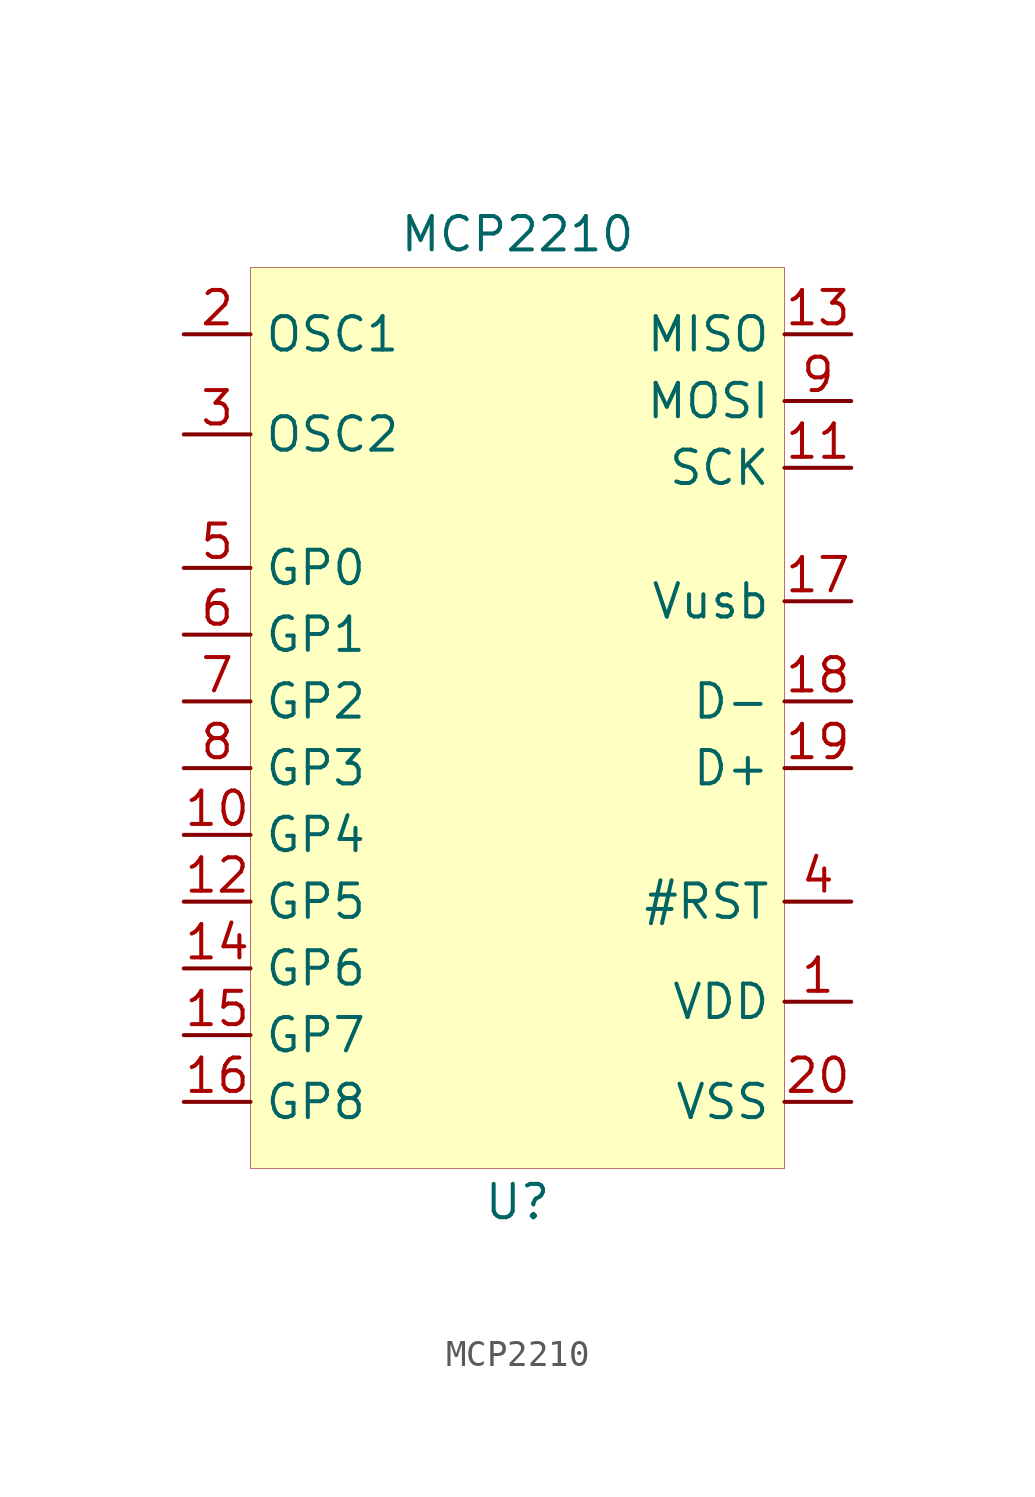
<source format=kicad_sym>
(kicad_symbol_lib
  (version 20201005)
  (generator kicad_symbol_editor)
  (symbol "dodo-interface:MCP2210"
    (property "Reference" "U"
      (at 0 -17.78 0)
      (effects (font (size 1.27 1.27))))
    (property "Value" "MCP2210"
      (at 0 19.05 0)
      (effects (font (size 1.27 1.27))))
    (symbol "MCP2210_0_1"
      (rectangle (start -10.16 17.78) (end 10.16 -16.51) (stroke (width 0.001)) (fill (type background))))
    (symbol "MCP2210_1_1"
      (pin power_in line (at 12.7 -10.16 180) (length 2.54) (name "VDD" (effects (font (size 1.27 1.27)))) (number "1" (effects (font (size 1.27 1.27)))))
      (pin input line (at -12.7 15.24 0) (length 2.54) (name "OSC1" (effects (font (size 1.27 1.27)))) (number "2" (effects (font (size 1.27 1.27)))))
      (pin output line (at -12.7 11.43 0) (length 2.54) (name "OSC2" (effects (font (size 1.27 1.27)))) (number "3" (effects (font (size 1.27 1.27)))))
      (pin input line (at 12.7 -6.35 180) (length 2.54) (name "#RST" (effects (font (size 1.27 1.27)))) (number "4" (effects (font (size 1.27 1.27)))))
      (pin bidirectional line (at -12.7 6.35 0) (length 2.54) (name "GP0" (effects (font (size 1.27 1.27)))) (number "5" (effects (font (size 1.27 1.27)))))
      (pin bidirectional line (at -12.7 3.81 0) (length 2.54) (name "GP1" (effects (font (size 1.27 1.27)))) (number "6" (effects (font (size 1.27 1.27)))))
      (pin bidirectional line (at -12.7 1.27 0) (length 2.54) (name "GP2" (effects (font (size 1.27 1.27)))) (number "7" (effects (font (size 1.27 1.27)))))
      (pin bidirectional line (at -12.7 -1.27 0) (length 2.54) (name "GP3" (effects (font (size 1.27 1.27)))) (number "8" (effects (font (size 1.27 1.27)))))
      (pin output line (at 12.7 12.7 180) (length 2.54) (name "MOSI" (effects (font (size 1.27 1.27)))) (number "9" (effects (font (size 1.27 1.27)))))
      (pin bidirectional line (at -12.7 -3.81 0) (length 2.54) (name "GP4" (effects (font (size 1.27 1.27)))) (number "10" (effects (font (size 1.27 1.27)))))
      (pin output line (at 12.7 10.16 180) (length 2.54) (name "SCK" (effects (font (size 1.27 1.27)))) (number "11" (effects (font (size 1.27 1.27)))))
      (pin bidirectional line (at -12.7 -6.35 0) (length 2.54) (name "GP5" (effects (font (size 1.27 1.27)))) (number "12" (effects (font (size 1.27 1.27)))))
      (pin input line (at 12.7 15.24 180) (length 2.54) (name "MISO" (effects (font (size 1.27 1.27)))) (number "13" (effects (font (size 1.27 1.27)))))
      (pin bidirectional line (at -12.7 -8.89 0) (length 2.54) (name "GP6" (effects (font (size 1.27 1.27)))) (number "14" (effects (font (size 1.27 1.27)))))
      (pin bidirectional line (at -12.7 -11.43 0) (length 2.54) (name "GP7" (effects (font (size 1.27 1.27)))) (number "15" (effects (font (size 1.27 1.27)))))
      (pin bidirectional line (at -12.7 -13.97 0) (length 2.54) (name "GP8" (effects (font (size 1.27 1.27)))) (number "16" (effects (font (size 1.27 1.27)))))
      (pin power_out line (at 12.7 5.08 180) (length 2.54) (name "Vusb" (effects (font (size 1.27 1.27)))) (number "17" (effects (font (size 1.27 1.27)))))
      (pin bidirectional line (at 12.7 1.27 180) (length 2.54) (name "D-" (effects (font (size 1.27 1.27)))) (number "18" (effects (font (size 1.27 1.27)))))
      (pin bidirectional line (at 12.7 -1.27 180) (length 2.54) (name "D+" (effects (font (size 1.27 1.27)))) (number "19" (effects (font (size 1.27 1.27)))))
      (pin output line (at 12.7 -13.97 180) (length 2.54) (name "VSS" (effects (font (size 1.27 1.27)))) (number "20" (effects (font (size 1.27 1.27))))))))
</source>
